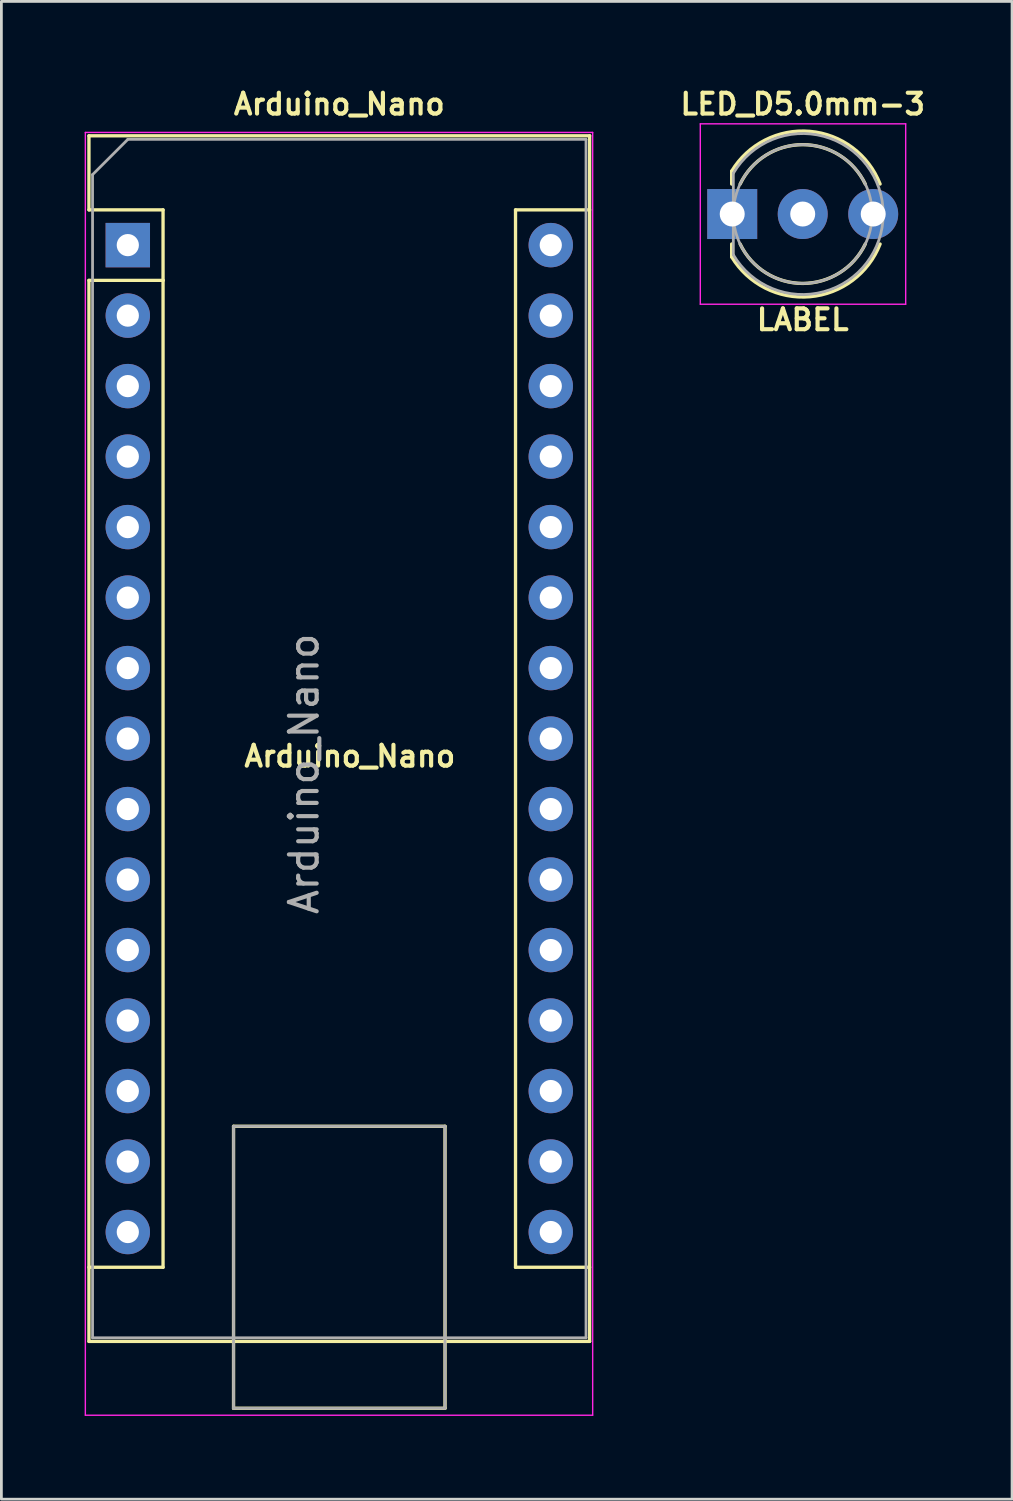
<source format=kicad_pcb>
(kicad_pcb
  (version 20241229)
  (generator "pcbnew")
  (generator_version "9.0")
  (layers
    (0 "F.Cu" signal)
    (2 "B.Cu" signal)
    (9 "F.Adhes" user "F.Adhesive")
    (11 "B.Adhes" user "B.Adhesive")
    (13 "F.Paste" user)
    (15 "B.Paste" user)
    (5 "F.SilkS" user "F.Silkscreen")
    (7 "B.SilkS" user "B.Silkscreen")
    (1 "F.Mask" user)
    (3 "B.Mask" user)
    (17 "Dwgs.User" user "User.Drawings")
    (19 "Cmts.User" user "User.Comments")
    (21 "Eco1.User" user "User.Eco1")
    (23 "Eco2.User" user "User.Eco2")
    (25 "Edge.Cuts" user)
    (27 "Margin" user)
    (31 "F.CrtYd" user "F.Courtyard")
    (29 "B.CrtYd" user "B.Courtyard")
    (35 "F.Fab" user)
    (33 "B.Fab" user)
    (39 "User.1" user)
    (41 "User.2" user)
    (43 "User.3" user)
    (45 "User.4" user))
  (footprint "LED_D5.0mm-3"
    (layer "F.Cu")
    (at 23.333 4.662)
    (property "Reference" "LED_D5.0mm-3" (at 2.54 -3.96 0) (layer "F.SilkS") (effects (font (size 0.75 0.75) (thickness 0.15))))
    (attr through_hole)
    (fp_line (start -0.02 -1.545) (end -0.02 -1.08) (stroke (width 0.12) (type solid)) (layer "F.SilkS"))
    (fp_line (start -0.02 1.08) (end -0.02 1.545) (stroke (width 0.12) (type solid)) (layer "F.SilkS"))
    (fp_arc (start -0.02 -1.54483) (mid 2.798456 -2.978809) (end 5.327815 -1.080827) (stroke (width 0.12) (type solid)) (layer "F.SilkS"))
    (fp_arc (start 0.285316 -1.08) (mid 2.539762 -2.5) (end 4.794479 -1.080429) (stroke (width 0.12) (type solid)) (layer "F.SilkS"))
    (fp_arc (start 4.794479 1.080429) (mid 2.539762 2.5) (end 0.285316 1.08) (stroke (width 0.12) (type solid)) (layer "F.SilkS"))
    (fp_arc (start 5.327815 1.080827) (mid 2.798456 2.978808) (end -0.02 1.54483) (stroke (width 0.12) (type solid)) (layer "F.SilkS"))
    (fp_line (start -1.15 -3.25) (end -1.15 3.25) (stroke (width 0.05) (type solid)) (layer "F.CrtYd"))
    (fp_line (start -1.15 3.25) (end 6.25 3.25) (stroke (width 0.05) (type solid)) (layer "F.CrtYd"))
    (fp_line (start 6.25 -3.25) (end -1.15 -3.25) (stroke (width 0.05) (type solid)) (layer "F.CrtYd"))
    (fp_line (start 6.25 3.25) (end 6.25 -3.25) (stroke (width 0.05) (type solid)) (layer "F.CrtYd"))
    (fp_line (start 0.04 -1.47) (end 0.04 1.47) (stroke (width 0.1) (type solid)) (layer "F.Fab"))
    (fp_arc (start 0.04 -1.469694) (mid 5.44 0.000016) (end 0.039984 1.469666) (stroke (width 0.1) (type solid)) (layer "F.Fab"))
    (fp_circle (center 2.54 0) (end 5.04 0) (stroke (width 0.1) (type solid)) (fill no) (layer "F.Fab"))
    (fp_text user "LABEL" (at 2.54 3.81 0) (layer "F.SilkS") (effects (font (size 0.75 0.75) (thickness 0.15))))
    (pad "1" thru_hole rect (at 0 0) (size 1.8 1.8) (drill 0.9) (layers "*.Cu" "*.Mask"))
    (pad "2" thru_hole circle (at 2.54 0) (size 1.8 1.8) (drill 0.9) (layers "*.Cu" "*.Mask"))
    (pad "3" thru_hole circle (at 5.08 0) (size 1.8 1.8) (drill 0.9) (layers "*.Cu" "*.Mask")))
  (footprint "Arduino_Nano"
    (layer "F.Cu")
    (at 1.555 5.782)
    (property "Reference" "Arduino_Nano" (at 7.62 -5.08 0) (layer "F.SilkS") (effects (font (size 0.75 0.75) (thickness 0.15))))
    (property "Value" "Arduino_Nano" (at 8.89 19.05 90) (layer "F.Fab") (hide yes) (effects (font (size 1 1) (thickness 0.15))))
    (attr through_hole)
    (fp_line (start -1.4 -3.94) (end -1.4 -1.27) (stroke (width 0.12) (type solid)) (layer "F.SilkS"))
    (fp_line (start -1.4 1.27) (end -1.4 39.5) (stroke (width 0.12) (type solid)) (layer "F.SilkS"))
    (fp_line (start -1.4 39.5) (end 16.64 39.5) (stroke (width 0.12) (type solid)) (layer "F.SilkS"))
    (fp_line (start 1.27 -1.27) (end -1.4 -1.27) (stroke (width 0.12) (type solid)) (layer "F.SilkS"))
    (fp_line (start 1.27 1.27) (end -1.4 1.27) (stroke (width 0.12) (type solid)) (layer "F.SilkS"))
    (fp_line (start 1.27 1.27) (end 1.27 -1.27) (stroke (width 0.12) (type solid)) (layer "F.SilkS"))
    (fp_line (start 1.27 1.27) (end 1.27 36.83) (stroke (width 0.12) (type solid)) (layer "F.SilkS"))
    (fp_line (start 1.27 36.83) (end -1.4 36.83) (stroke (width 0.12) (type solid)) (layer "F.SilkS"))
    (fp_line (start 3.81 31.75) (end 11.43 31.75) (stroke (width 0.12) (type solid)) (layer "F.SilkS"))
    (fp_line (start 3.81 41.91) (end 3.81 31.75) (stroke (width 0.12) (type solid)) (layer "F.SilkS"))
    (fp_line (start 11.43 31.75) (end 11.43 41.91) (stroke (width 0.12) (type solid)) (layer "F.SilkS"))
    (fp_line (start 11.43 41.91) (end 3.81 41.91) (stroke (width 0.12) (type solid)) (layer "F.SilkS"))
    (fp_line (start 13.97 -1.27) (end 13.97 36.83) (stroke (width 0.12) (type solid)) (layer "F.SilkS"))
    (fp_line (start 13.97 -1.27) (end 16.64 -1.27) (stroke (width 0.12) (type solid)) (layer "F.SilkS"))
    (fp_line (start 13.97 36.83) (end 16.64 36.83) (stroke (width 0.12) (type solid)) (layer "F.SilkS"))
    (fp_line (start 16.64 -3.94) (end -1.4 -3.94) (stroke (width 0.12) (type solid)) (layer "F.SilkS"))
    (fp_line (start 16.64 39.5) (end 16.64 -3.94) (stroke (width 0.12) (type solid)) (layer "F.SilkS"))
    (fp_line (start -1.53 -4.06) (end -1.53 42.16) (stroke (width 0.05) (type solid)) (layer "F.CrtYd"))
    (fp_line (start -1.53 -4.06) (end 16.75 -4.06) (stroke (width 0.05) (type solid)) (layer "F.CrtYd"))
    (fp_line (start 16.75 42.16) (end -1.53 42.16) (stroke (width 0.05) (type solid)) (layer "F.CrtYd"))
    (fp_line (start 16.75 42.16) (end 16.75 -4.06) (stroke (width 0.05) (type solid)) (layer "F.CrtYd"))
    (fp_line (start -1.27 -2.54) (end 0 -3.81) (stroke (width 0.1) (type solid)) (layer "F.Fab"))
    (fp_line (start -1.27 39.37) (end -1.27 -2.54) (stroke (width 0.1) (type solid)) (layer "F.Fab"))
    (fp_line (start 0 -3.81) (end 16.51 -3.81) (stroke (width 0.1) (type solid)) (layer "F.Fab"))
    (fp_line (start 3.81 31.75) (end 11.43 31.75) (stroke (width 0.1) (type solid)) (layer "F.Fab"))
    (fp_line (start 3.81 41.91) (end 3.81 31.75) (stroke (width 0.1) (type solid)) (layer "F.Fab"))
    (fp_line (start 11.43 31.75) (end 11.43 41.91) (stroke (width 0.1) (type solid)) (layer "F.Fab"))
    (fp_line (start 11.43 41.91) (end 3.81 41.91) (stroke (width 0.1) (type solid)) (layer "F.Fab"))
    (fp_line (start 16.51 -3.81) (end 16.51 39.37) (stroke (width 0.1) (type solid)) (layer "F.Fab"))
    (fp_line (start 16.51 39.37) (end -1.27 39.37) (stroke (width 0.1) (type solid)) (layer "F.Fab"))
    (fp_text user "${VALUE}" (at 8 18.415 0) (layer "F.SilkS") (effects (font (size 0.75 0.75) (thickness 0.15))))
    (fp_text user "${REFERENCE}" (at 6.35 19.05 90) (layer "F.Fab") (effects (font (size 1 1) (thickness 0.15))))
    (pad "1" thru_hole rect (at 0 0) (size 1.6 1.6) (drill 0.8) (layers "*.Cu" "*.Mask"))
    (pad "2" thru_hole oval (at 0 2.54) (size 1.6 1.6) (drill 0.8) (layers "*.Cu" "*.Mask"))
    (pad "3" thru_hole oval (at 0 5.08) (size 1.6 1.6) (drill 0.8) (layers "*.Cu" "*.Mask"))
    (pad "4" thru_hole oval (at 0 7.62) (size 1.6 1.6) (drill 0.8) (layers "*.Cu" "*.Mask"))
    (pad "5" thru_hole oval (at 0 10.16) (size 1.6 1.6) (drill 0.8) (layers "*.Cu" "*.Mask"))
    (pad "6" thru_hole oval (at 0 12.7) (size 1.6 1.6) (drill 0.8) (layers "*.Cu" "*.Mask"))
    (pad "7" thru_hole oval (at 0 15.24) (size 1.6 1.6) (drill 0.8) (layers "*.Cu" "*.Mask"))
    (pad "8" thru_hole oval (at 0 17.78) (size 1.6 1.6) (drill 0.8) (layers "*.Cu" "*.Mask"))
    (pad "9" thru_hole oval (at 0 20.32) (size 1.6 1.6) (drill 0.8) (layers "*.Cu" "*.Mask"))
    (pad "10" thru_hole oval (at 0 22.86) (size 1.6 1.6) (drill 0.8) (layers "*.Cu" "*.Mask"))
    (pad "11" thru_hole oval (at 0 25.4) (size 1.6 1.6) (drill 0.8) (layers "*.Cu" "*.Mask"))
    (pad "12" thru_hole oval (at 0 27.94) (size 1.6 1.6) (drill 0.8) (layers "*.Cu" "*.Mask"))
    (pad "13" thru_hole oval (at 0 30.48) (size 1.6 1.6) (drill 0.8) (layers "*.Cu" "*.Mask"))
    (pad "14" thru_hole oval (at 0 33.02) (size 1.6 1.6) (drill 0.8) (layers "*.Cu" "*.Mask"))
    (pad "15" thru_hole oval (at 0 35.56) (size 1.6 1.6) (drill 0.8) (layers "*.Cu" "*.Mask"))
    (pad "16" thru_hole oval (at 15.24 35.56) (size 1.6 1.6) (drill 0.8) (layers "*.Cu" "*.Mask"))
    (pad "17" thru_hole oval (at 15.24 33.02) (size 1.6 1.6) (drill 0.8) (layers "*.Cu" "*.Mask"))
    (pad "18" thru_hole oval (at 15.24 30.48) (size 1.6 1.6) (drill 0.8) (layers "*.Cu" "*.Mask"))
    (pad "19" thru_hole oval (at 15.24 27.94) (size 1.6 1.6) (drill 0.8) (layers "*.Cu" "*.Mask"))
    (pad "20" thru_hole oval (at 15.24 25.4) (size 1.6 1.6) (drill 0.8) (layers "*.Cu" "*.Mask"))
    (pad "21" thru_hole oval (at 15.24 22.86) (size 1.6 1.6) (drill 0.8) (layers "*.Cu" "*.Mask"))
    (pad "22" thru_hole oval (at 15.24 20.32) (size 1.6 1.6) (drill 0.8) (layers "*.Cu" "*.Mask"))
    (pad "23" thru_hole oval (at 15.24 17.78) (size 1.6 1.6) (drill 0.8) (layers "*.Cu" "*.Mask"))
    (pad "24" thru_hole oval (at 15.24 15.24) (size 1.6 1.6) (drill 0.8) (layers "*.Cu" "*.Mask"))
    (pad "25" thru_hole oval (at 15.24 12.7) (size 1.6 1.6) (drill 0.8) (layers "*.Cu" "*.Mask"))
    (pad "26" thru_hole oval (at 15.24 10.16) (size 1.6 1.6) (drill 0.8) (layers "*.Cu" "*.Mask"))
    (pad "27" thru_hole oval (at 15.24 7.62) (size 1.6 1.6) (drill 0.8) (layers "*.Cu" "*.Mask"))
    (pad "28" thru_hole oval (at 15.24 5.08) (size 1.6 1.6) (drill 0.8) (layers "*.Cu" "*.Mask"))
    (pad "29" thru_hole oval (at 15.24 2.54) (size 1.6 1.6) (drill 0.8) (layers "*.Cu" "*.Mask"))
    (pad "30" thru_hole oval (at 15.24 0) (size 1.6 1.6) (drill 0.8) (layers "*.Cu" "*.Mask")))
  (gr_rect
    (start -3 -3)
    (end 33.416 50.967)
    (stroke (width 0.1) (type default))
    (fill no)
    (layer "Edge.Cuts")))
</source>
